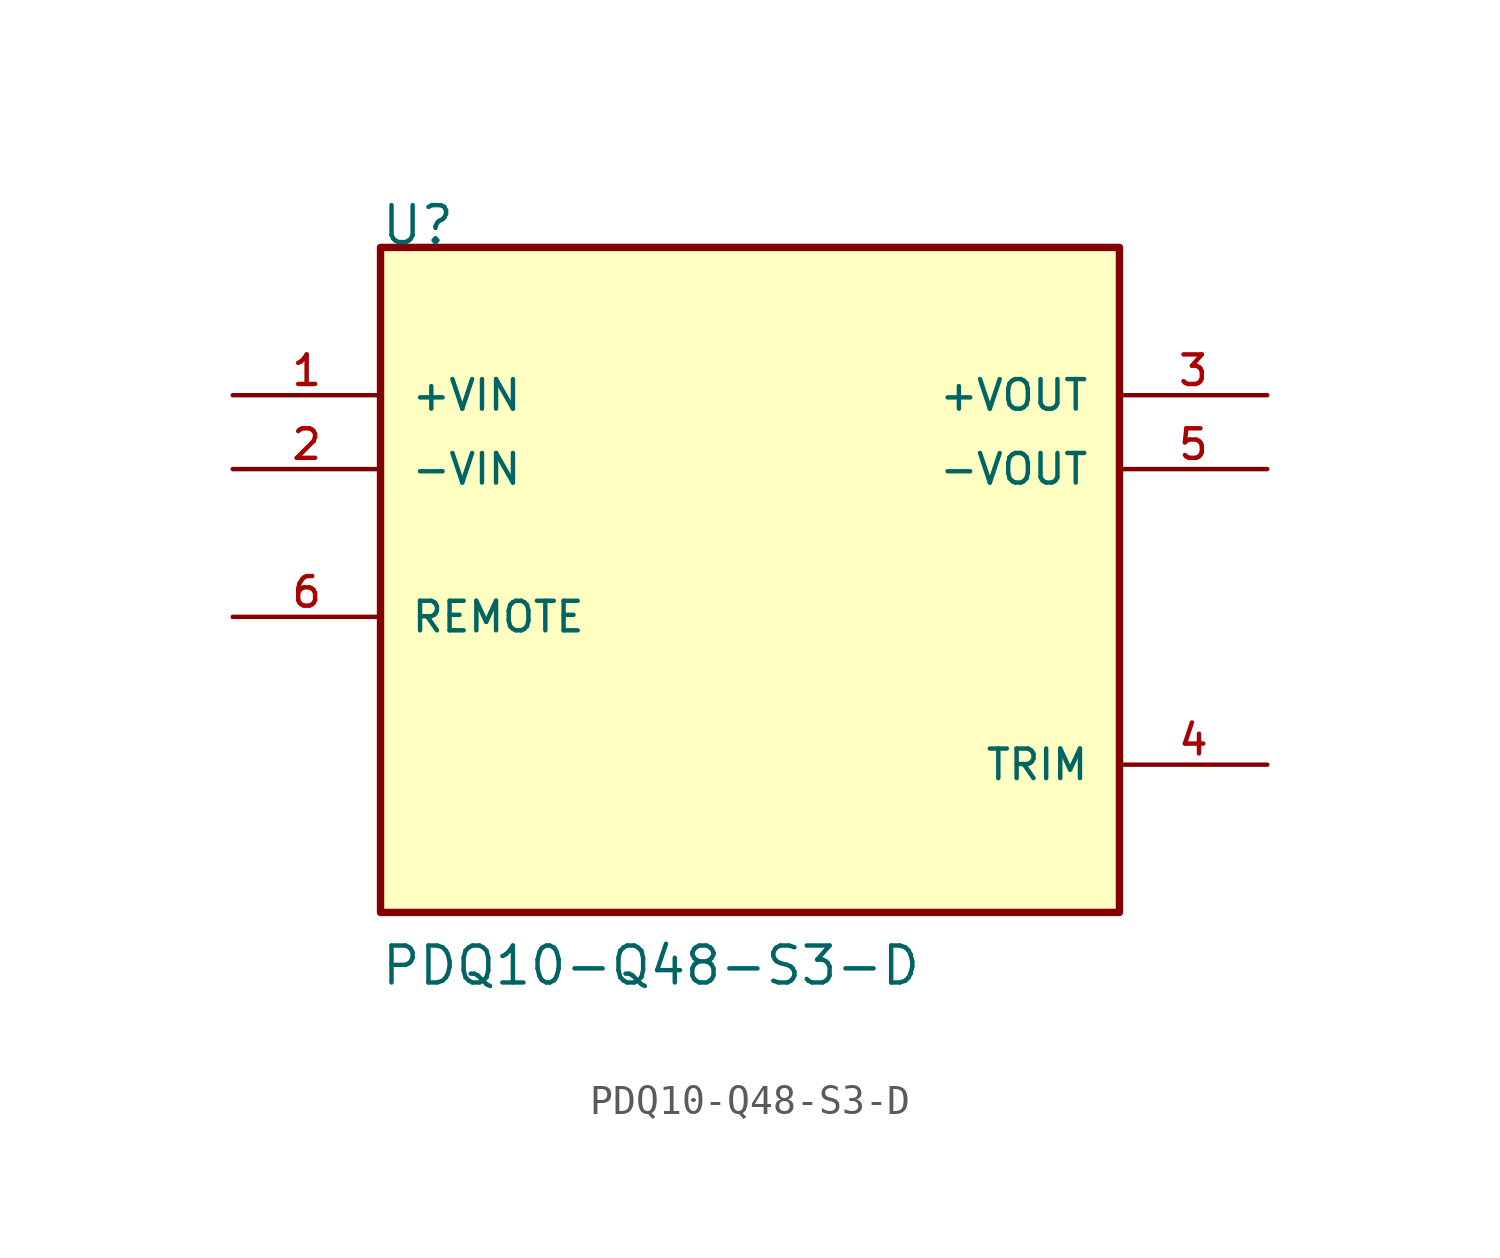
<source format=kicad_sym>
(kicad_symbol_lib
  (version 20211014)
  (generator kicad_symbol_editor)
  (symbol "PDQ10-Q48-S3-D"
    (pin_names
      (offset 1.016))
    (property "Reference" "U"
      (at -12.725 10.18 0)
      (effects (font (size 1.27 1.27)) (justify bottom left)))
    (property "Value" "PDQ10-Q48-S3-D"
      (at -12.725 -15.27 0)
      (effects (font (size 1.27 1.27)) (justify bottom left)))
    (symbol "PDQ10-Q48-S3-D_0_0"
      (rectangle (start -12.7 -12.7) (end 12.7 10.16) (stroke (width 0.254)) (fill (type background)))
      (pin input line (at -17.78 5.08 0) (length 5.08) (name "+VIN" (effects (font (size 1.016 1.016)))) (number "1" (effects (font (size 1.016 1.016)))))
      (pin input line (at -17.78 2.54 0) (length 5.08) (name "-VIN" (effects (font (size 1.016 1.016)))) (number "2" (effects (font (size 1.016 1.016)))))
      (pin output line (at 17.78 5.08 180.0) (length 5.08) (name "+VOUT" (effects (font (size 1.016 1.016)))) (number "3" (effects (font (size 1.016 1.016)))))
      (pin passive line (at 17.78 -7.62 180.0) (length 5.08) (name "TRIM" (effects (font (size 1.016 1.016)))) (number "4" (effects (font (size 1.016 1.016)))))
      (pin output line (at 17.78 2.54 180.0) (length 5.08) (name "-VOUT" (effects (font (size 1.016 1.016)))) (number "5" (effects (font (size 1.016 1.016)))))
      (pin input line (at -17.78 -2.54 0) (length 5.08) (name "REMOTE" (effects (font (size 1.016 1.016)))) (number "6" (effects (font (size 1.016 1.016))))))))
</source>
